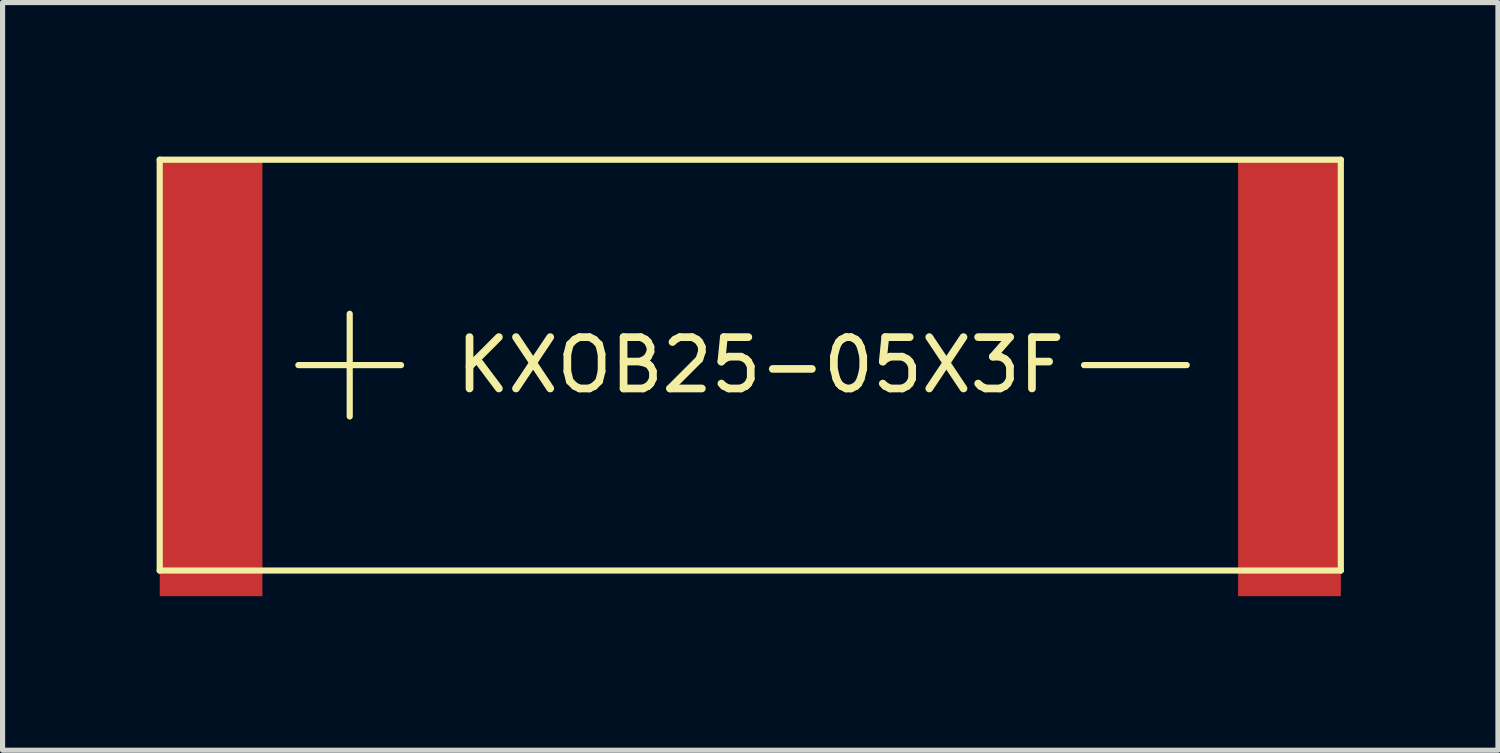
<source format=kicad_pcb>
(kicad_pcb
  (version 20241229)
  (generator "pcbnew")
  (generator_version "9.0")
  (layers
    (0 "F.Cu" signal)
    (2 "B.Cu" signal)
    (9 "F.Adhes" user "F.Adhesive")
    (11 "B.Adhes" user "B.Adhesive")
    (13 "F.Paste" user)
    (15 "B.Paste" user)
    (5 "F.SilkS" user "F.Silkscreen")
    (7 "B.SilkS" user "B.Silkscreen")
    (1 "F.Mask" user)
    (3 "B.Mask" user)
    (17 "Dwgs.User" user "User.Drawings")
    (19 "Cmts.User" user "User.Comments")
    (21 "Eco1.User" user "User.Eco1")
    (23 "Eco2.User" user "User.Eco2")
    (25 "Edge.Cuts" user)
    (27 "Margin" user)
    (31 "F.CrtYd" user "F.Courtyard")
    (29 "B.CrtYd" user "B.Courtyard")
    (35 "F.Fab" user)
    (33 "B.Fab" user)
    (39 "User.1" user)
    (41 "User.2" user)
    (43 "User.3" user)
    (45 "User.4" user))
  (footprint "KXOB25-05X3F"
    (layer "F.Cu")
    (at 1.06 4.06)
    (property "Reference" "KXOB25-05X3F" (at 10.7 0 0) (layer "F.SilkS") (effects (font (size 1 1) (thickness 0.15))))
    (attr through_hole)
    (fp_line (start -1 -4) (end 22 -4) (stroke (width 0.12) (type solid)) (layer "F.SilkS"))
    (fp_line (start -1 4) (end -1 -4) (stroke (width 0.12) (type solid)) (layer "F.SilkS"))
    (fp_line (start 1.7 0) (end 3.7 0) (stroke (width 0.12) (type solid)) (layer "F.SilkS"))
    (fp_line (start 2.7 -1) (end 2.7 1) (stroke (width 0.12) (type solid)) (layer "F.SilkS"))
    (fp_line (start 17 0) (end 19 0) (stroke (width 0.12) (type solid)) (layer "F.SilkS"))
    (fp_line (start 22 -4) (end 22 4) (stroke (width 0.12) (type solid)) (layer "F.SilkS"))
    (fp_line (start 22 4) (end -1 4) (stroke (width 0.12) (type solid)) (layer "F.SilkS"))
    (pad "1" smd rect (at 0 0.25) (size 2 8.5) (layers "F.Cu" "F.Mask" "F.Paste"))
    (pad "2" smd rect (at 21 0.25) (size 2 8.5) (layers "F.Cu" "F.Mask" "F.Paste")))
  (gr_rect
    (start -3 -3)
    (end 26.12 11.56)
    (stroke (width 0.1) (type default))
    (fill no)
    (layer "Edge.Cuts")))
</source>
